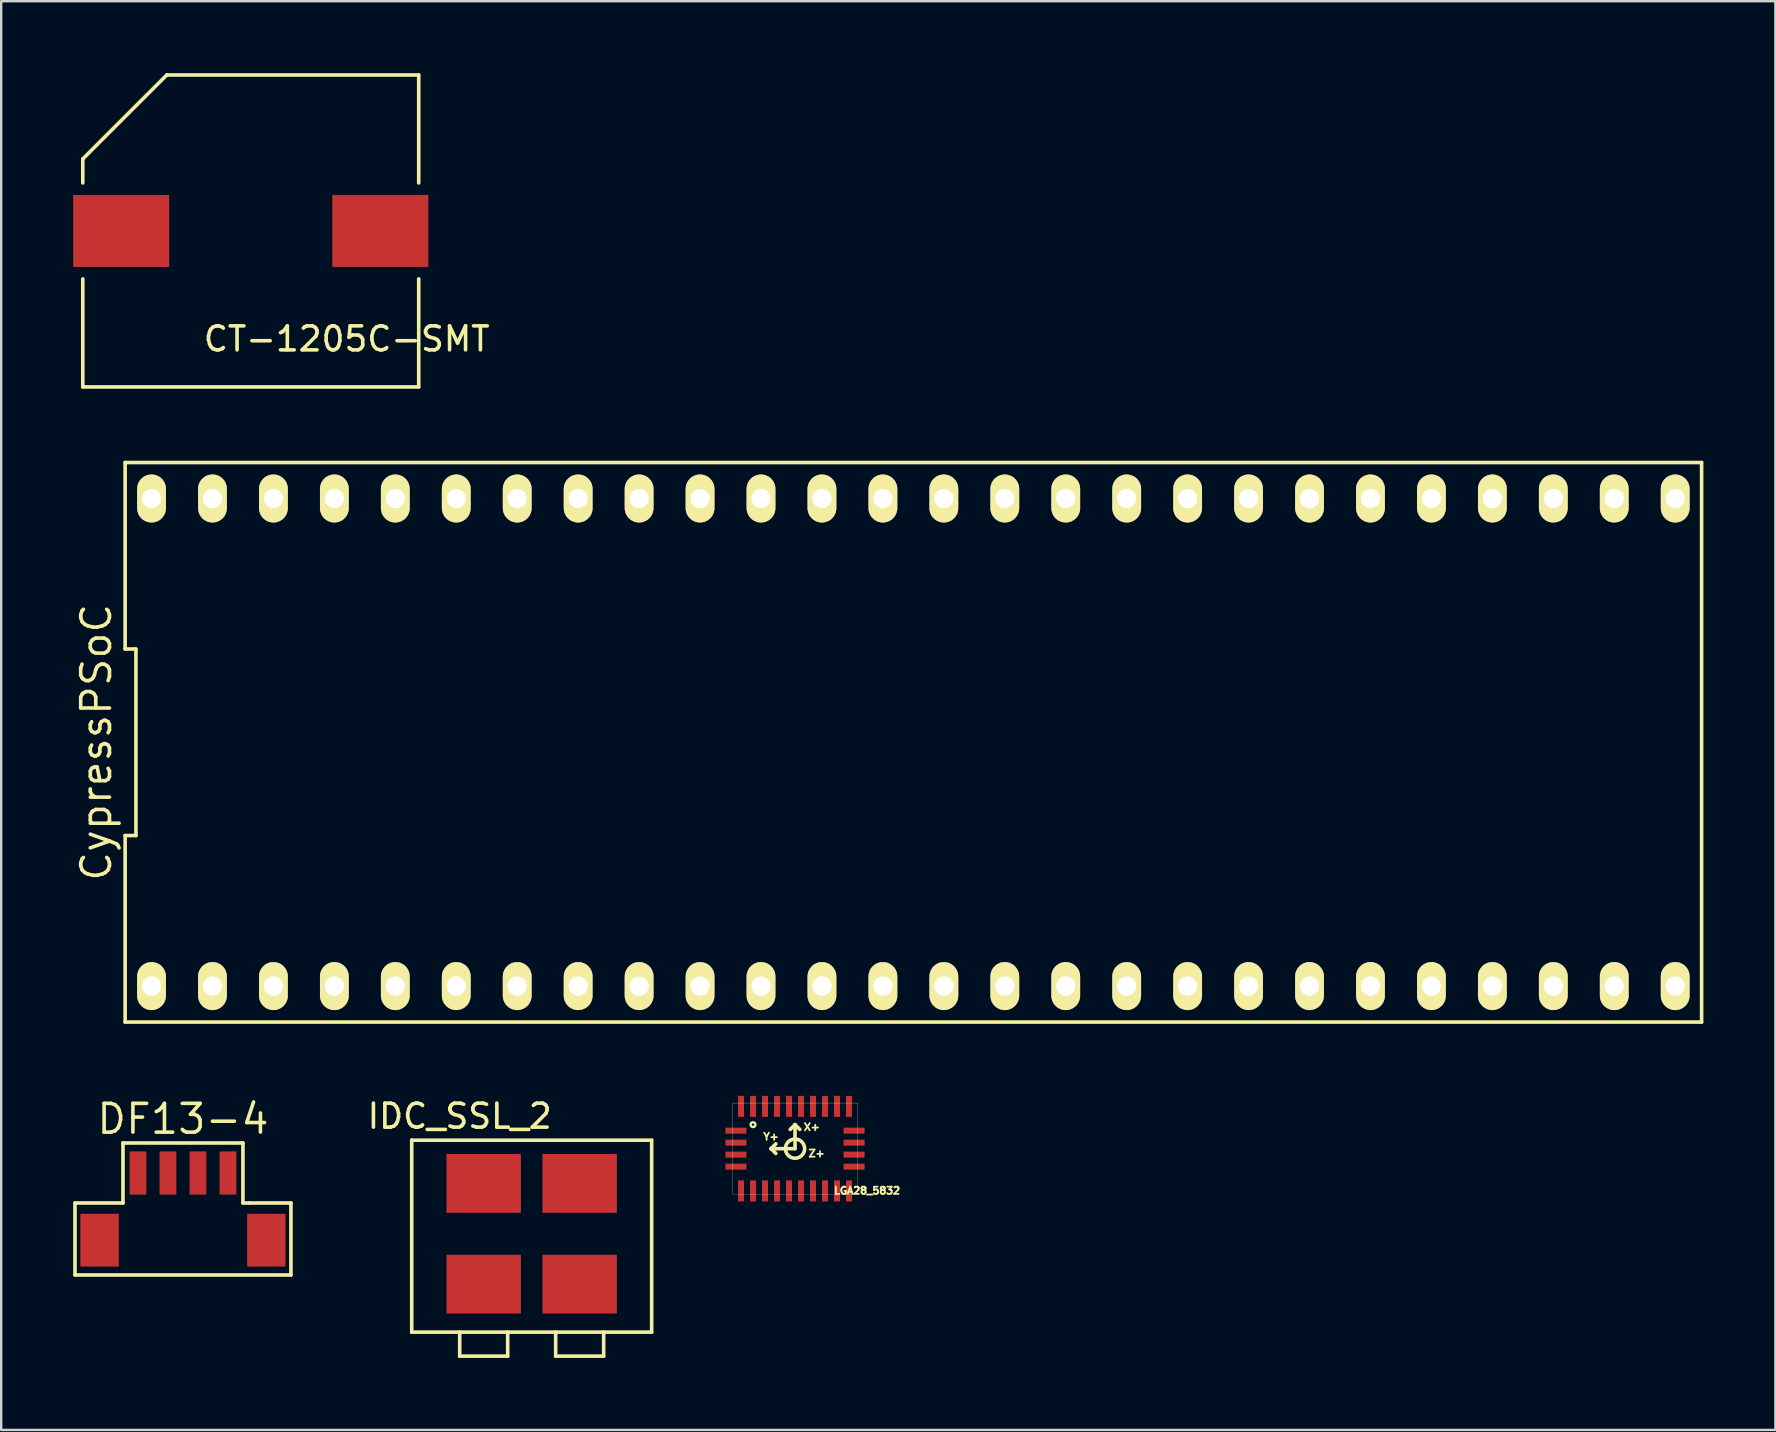
<source format=kicad_pcb>
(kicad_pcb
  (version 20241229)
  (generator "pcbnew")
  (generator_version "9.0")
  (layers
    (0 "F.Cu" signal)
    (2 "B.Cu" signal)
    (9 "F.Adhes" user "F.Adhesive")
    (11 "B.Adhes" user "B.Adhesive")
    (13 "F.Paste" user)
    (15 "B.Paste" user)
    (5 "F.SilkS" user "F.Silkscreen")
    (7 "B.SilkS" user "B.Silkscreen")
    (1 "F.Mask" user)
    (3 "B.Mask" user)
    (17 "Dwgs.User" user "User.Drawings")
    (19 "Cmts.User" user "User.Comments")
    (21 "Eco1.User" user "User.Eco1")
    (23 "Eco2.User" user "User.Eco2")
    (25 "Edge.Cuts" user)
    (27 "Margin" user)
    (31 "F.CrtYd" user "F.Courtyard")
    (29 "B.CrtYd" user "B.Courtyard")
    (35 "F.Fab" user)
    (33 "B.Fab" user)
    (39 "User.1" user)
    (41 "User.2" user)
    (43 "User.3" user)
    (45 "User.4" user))
  (footprint "LGA28_5832"
    (layer "F.Cu")
    (at 30.083 44.82)
    (property "Reference" "LGA28_5832" (at 3 1.75 0) (layer "F.SilkS") (effects (font (size 0.3 0.3) (thickness 0.075))))
    (attr through_hole)
    (fp_line (start -2.6 -1.9) (end 2.6 -1.9) (stroke (width 0.01) (type solid)) (layer "F.SilkS"))
    (fp_line (start -2.6 1.9) (end -2.6 -1.9) (stroke (width 0.01) (type solid)) (layer "F.SilkS"))
    (fp_line (start -1 0) (end -0.8 -0.2) (stroke (width 0.15) (type solid)) (layer "F.SilkS"))
    (fp_line (start -1 0) (end -0.8 0.2) (stroke (width 0.15) (type solid)) (layer "F.SilkS"))
    (fp_line (start 0 -1) (end -0.2 -0.8) (stroke (width 0.15) (type solid)) (layer "F.SilkS"))
    (fp_line (start 0 -1) (end 0.2 -0.8) (stroke (width 0.15) (type solid)) (layer "F.SilkS"))
    (fp_line (start 0 0) (end -1 0) (stroke (width 0.15) (type solid)) (layer "F.SilkS"))
    (fp_line (start 0 0) (end 0 -1) (stroke (width 0.15) (type solid)) (layer "F.SilkS"))
    (fp_line (start 2.6 -1.9) (end 2.6 1.9) (stroke (width 0.01) (type solid)) (layer "F.SilkS"))
    (fp_line (start 2.6 1.9) (end -2.6 1.9) (stroke (width 0.01) (type solid)) (layer "F.SilkS"))
    (fp_circle (center -1.75 -1) (end -1.75 -0.9) (stroke (width 0.1) (type solid)) (fill no) (layer "F.SilkS"))
    (fp_circle (center 0 0) (end 0.4 0) (stroke (width 0.15) (type solid)) (fill no) (layer "F.SilkS"))
    (fp_text user "Z+" (at 0.9 0.2 0) (layer "F.SilkS") (effects (font (size 0.3 0.3) (thickness 0.075))))
    (fp_text user "Y+" (at -1 -0.5 0) (layer "F.SilkS") (effects (font (size 0.3 0.3) (thickness 0.075))))
    (fp_text user "X+" (at 0.7 -0.9 0) (layer "F.SilkS") (effects (font (size 0.3 0.3) (thickness 0.075))))
    (pad "1" smd rect (at -2.25 -1.762) (size 0.25 0.875) (layers "F.Cu" "F.Mask" "F.Paste"))
    (pad "2" smd rect (at -2.462 -0.75) (size 0.875 0.25) (layers "F.Cu" "F.Mask" "F.Paste"))
    (pad "3" smd rect (at -2.462 -0.25) (size 0.875 0.25) (layers "F.Cu" "F.Mask" "F.Paste"))
    (pad "4" smd rect (at -2.462 0.25) (size 0.875 0.25) (layers "F.Cu" "F.Mask" "F.Paste"))
    (pad "5" smd rect (at -2.462 0.75) (size 0.875 0.25) (layers "F.Cu" "F.Mask" "F.Paste"))
    (pad "6" smd rect (at -2.25 1.762) (size 0.25 0.875) (layers "F.Cu" "F.Mask" "F.Paste"))
    (pad "7" smd rect (at -1.75 1.762) (size 0.25 0.875) (layers "F.Cu" "F.Mask" "F.Paste"))
    (pad "8" smd rect (at -1.25 1.762) (size 0.25 0.875) (layers "F.Cu" "F.Mask" "F.Paste"))
    (pad "9" smd rect (at -0.75 1.762) (size 0.25 0.875) (layers "F.Cu" "F.Mask" "F.Paste"))
    (pad "10" smd rect (at -0.25 1.762) (size 0.25 0.875) (layers "F.Cu" "F.Mask" "F.Paste"))
    (pad "11" smd rect (at 0.25 1.762) (size 0.25 0.875) (layers "F.Cu" "F.Mask" "F.Paste"))
    (pad "12" smd rect (at 0.75 1.762) (size 0.25 0.875) (layers "F.Cu" "F.Mask" "F.Paste"))
    (pad "13" smd rect (at 1.25 1.762) (size 0.25 0.875) (layers "F.Cu" "F.Mask" "F.Paste"))
    (pad "14" smd rect (at 1.75 1.762) (size 0.25 0.875) (layers "F.Cu" "F.Mask" "F.Paste"))
    (pad "15" smd rect (at 2.25 1.762) (size 0.25 0.875) (layers "F.Cu" "F.Mask" "F.Paste"))
    (pad "16" smd rect (at 2.462 0.75) (size 0.875 0.25) (layers "F.Cu" "F.Mask" "F.Paste"))
    (pad "17" smd rect (at 2.462 0.25) (size 0.875 0.25) (layers "F.Cu" "F.Mask" "F.Paste"))
    (pad "18" smd rect (at 2.462 -0.25) (size 0.875 0.25) (layers "F.Cu" "F.Mask" "F.Paste"))
    (pad "19" smd rect (at 2.462 -0.75) (size 0.875 0.25) (layers "F.Cu" "F.Mask" "F.Paste"))
    (pad "20" smd rect (at 2.25 -1.762) (size 0.25 0.875) (layers "F.Cu" "F.Mask" "F.Paste"))
    (pad "21" smd rect (at 1.75 -1.762) (size 0.25 0.875) (layers "F.Cu" "F.Mask" "F.Paste"))
    (pad "22" smd rect (at 1.25 -1.762) (size 0.25 0.875) (layers "F.Cu" "F.Mask" "F.Paste"))
    (pad "23" smd rect (at 0.75 -1.762) (size 0.25 0.875) (layers "F.Cu" "F.Mask" "F.Paste"))
    (pad "24" smd rect (at 0.25 -1.762) (size 0.25 0.875) (layers "F.Cu" "F.Mask" "F.Paste"))
    (pad "25" smd rect (at -0.25 -1.762) (size 0.25 0.875) (layers "F.Cu" "F.Mask" "F.Paste"))
    (pad "26" smd rect (at -0.75 -1.762) (size 0.25 0.875) (layers "F.Cu" "F.Mask" "F.Paste"))
    (pad "27" smd rect (at -1.25 -1.762) (size 0.25 0.875) (layers "F.Cu" "F.Mask" "F.Paste"))
    (pad "28" smd rect (at -1.75 -1.762) (size 0.25 0.875) (layers "F.Cu" "F.Mask" "F.Paste")))
  (footprint "IDC_SSL_2"
    (layer "F.Cu")
    (at 17.108 50.468)
    (property "Reference" "IDC_SSL_2" (at -1 -7 0) (layer "F.SilkS") (effects (font (size 1 1) (thickness 0.15))))
    (attr through_hole)
    (fp_line (start -3 -6) (end 7 -6) (stroke (width 0.15) (type solid)) (layer "F.SilkS"))
    (fp_line (start -3 2) (end -3 -6) (stroke (width 0.15) (type solid)) (layer "F.SilkS"))
    (fp_line (start -1 2) (end -1 3) (stroke (width 0.15) (type solid)) (layer "F.SilkS"))
    (fp_line (start -1 3) (end 1 3) (stroke (width 0.15) (type solid)) (layer "F.SilkS"))
    (fp_line (start 1 3) (end 1 2) (stroke (width 0.15) (type solid)) (layer "F.SilkS"))
    (fp_line (start 3 2) (end 3 3) (stroke (width 0.15) (type solid)) (layer "F.SilkS"))
    (fp_line (start 3 3) (end 5 3) (stroke (width 0.15) (type solid)) (layer "F.SilkS"))
    (fp_line (start 5 3) (end 5 2) (stroke (width 0.15) (type solid)) (layer "F.SilkS"))
    (fp_line (start 7 -6) (end 7 2) (stroke (width 0.15) (type solid)) (layer "F.SilkS"))
    (fp_line (start 7 2) (end -3 2) (stroke (width 0.15) (type solid)) (layer "F.SilkS"))
    (pad "1" smd rect (at 0 -4.2) (size 3.1 2.45) (layers "F.Cu" "F.Mask" "F.Paste"))
    (pad "1" smd rect (at 0 0) (size 3.1 2.45) (layers "F.Cu" "F.Mask" "F.Paste"))
    (pad "2" smd rect (at 4 -4.2) (size 3.1 2.45) (layers "F.Cu" "F.Mask" "F.Paste"))
    (pad "2" smd rect (at 4 0) (size 3.1 2.45) (layers "F.Cu" "F.Mask" "F.Paste")))
  (footprint "CypressPSoC"
    (layer "F.Cu")
    (at 35.015 27.885)
    (property "Reference" "CypressPSoC" (at -34.05 0 90) (layer "F.SilkS") (effects (font (size 1.2 1.2) (thickness 0.15))))
    (attr through_hole)
    (fp_line (start -32.85 -11.66) (end -32.85 -3.887) (stroke (width 0.15) (type solid)) (layer "F.SilkS"))
    (fp_line (start -32.85 -3.887) (end -32.4 -3.887) (stroke (width 0.15) (type solid)) (layer "F.SilkS"))
    (fp_line (start -32.85 3.887) (end -32.85 11.66) (stroke (width 0.15) (type solid)) (layer "F.SilkS"))
    (fp_line (start -32.85 11.66) (end 32.85 11.66) (stroke (width 0.15) (type solid)) (layer "F.SilkS"))
    (fp_line (start -32.4 -3.887) (end -32.4 3.887) (stroke (width 0.15) (type solid)) (layer "F.SilkS"))
    (fp_line (start -32.4 3.887) (end -32.85 3.887) (stroke (width 0.15) (type solid)) (layer "F.SilkS"))
    (fp_line (start 32.85 -11.66) (end -32.85 -11.66) (stroke (width 0.15) (type solid)) (layer "F.SilkS"))
    (fp_line (start 32.85 11.66) (end 32.85 -11.66) (stroke (width 0.15) (type solid)) (layer "F.SilkS"))
    (pad "1" thru_hole oval (at -31.75 10.16) (size 1.2 2) (drill 0.8) (layers "*.Cu" "*.Mask" "F.SilkS"))
    (pad "2" thru_hole oval (at -29.21 10.16) (size 1.2 2) (drill 0.8) (layers "*.Cu" "*.Mask" "F.SilkS"))
    (pad "3" thru_hole oval (at -26.67 10.16) (size 1.2 2) (drill 0.8) (layers "*.Cu" "*.Mask" "F.SilkS"))
    (pad "4" thru_hole oval (at -24.13 10.16) (size 1.2 2) (drill 0.8) (layers "*.Cu" "*.Mask" "F.SilkS"))
    (pad "5" thru_hole oval (at -21.59 10.16) (size 1.2 2) (drill 0.8) (layers "*.Cu" "*.Mask" "F.SilkS"))
    (pad "6" thru_hole oval (at -19.05 10.16) (size 1.2 2) (drill 0.8) (layers "*.Cu" "*.Mask" "F.SilkS"))
    (pad "7" thru_hole oval (at -16.51 10.16) (size 1.2 2) (drill 0.8) (layers "*.Cu" "*.Mask" "F.SilkS"))
    (pad "8" thru_hole oval (at -13.97 10.16) (size 1.2 2) (drill 0.8) (layers "*.Cu" "*.Mask" "F.SilkS"))
    (pad "9" thru_hole oval (at -11.43 10.16) (size 1.2 2) (drill 0.8) (layers "*.Cu" "*.Mask" "F.SilkS"))
    (pad "10" thru_hole oval (at -8.89 10.16) (size 1.2 2) (drill 0.8) (layers "*.Cu" "*.Mask" "F.SilkS"))
    (pad "11" thru_hole oval (at -6.35 10.16) (size 1.2 2) (drill 0.8) (layers "*.Cu" "*.Mask" "F.SilkS"))
    (pad "12" thru_hole oval (at -3.81 10.16) (size 1.2 2) (drill 0.8) (layers "*.Cu" "*.Mask" "F.SilkS"))
    (pad "13" thru_hole oval (at -1.27 10.16) (size 1.2 2) (drill 0.8) (layers "*.Cu" "*.Mask" "F.SilkS"))
    (pad "14" thru_hole oval (at 1.27 10.16) (size 1.2 2) (drill 0.8) (layers "*.Cu" "*.Mask" "F.SilkS"))
    (pad "15" thru_hole oval (at 3.81 10.16) (size 1.2 2) (drill 0.8) (layers "*.Cu" "*.Mask" "F.SilkS"))
    (pad "16" thru_hole oval (at 6.35 10.16) (size 1.2 2) (drill 0.8) (layers "*.Cu" "*.Mask" "F.SilkS"))
    (pad "17" thru_hole oval (at 8.89 10.16) (size 1.2 2) (drill 0.8) (layers "*.Cu" "*.Mask" "F.SilkS"))
    (pad "18" thru_hole oval (at 11.43 10.16) (size 1.2 2) (drill 0.8) (layers "*.Cu" "*.Mask" "F.SilkS"))
    (pad "19" thru_hole oval (at 13.97 10.16) (size 1.2 2) (drill 0.8) (layers "*.Cu" "*.Mask" "F.SilkS"))
    (pad "20" thru_hole oval (at 16.51 10.16) (size 1.2 2) (drill 0.8) (layers "*.Cu" "*.Mask" "F.SilkS"))
    (pad "21" thru_hole oval (at 19.05 10.16) (size 1.2 2) (drill 0.8) (layers "*.Cu" "*.Mask" "F.SilkS"))
    (pad "22" thru_hole oval (at 21.59 10.16) (size 1.2 2) (drill 0.8) (layers "*.Cu" "*.Mask" "F.SilkS"))
    (pad "23" thru_hole oval (at 24.13 10.16) (size 1.2 2) (drill 0.8) (layers "*.Cu" "*.Mask" "F.SilkS"))
    (pad "24" thru_hole oval (at 26.67 10.16) (size 1.2 2) (drill 0.8) (layers "*.Cu" "*.Mask" "F.SilkS"))
    (pad "25" thru_hole oval (at 29.21 10.16) (size 1.2 2) (drill 0.8) (layers "*.Cu" "*.Mask" "F.SilkS"))
    (pad "26" thru_hole oval (at 31.75 10.16) (size 1.2 2) (drill 0.8) (layers "*.Cu" "*.Mask" "F.SilkS"))
    (pad "27" thru_hole oval (at 31.75 -10.16) (size 1.2 2) (drill 0.8) (layers "*.Cu" "*.Mask" "F.SilkS"))
    (pad "28" thru_hole oval (at 29.21 -10.16) (size 1.2 2) (drill 0.8) (layers "*.Cu" "*.Mask" "F.SilkS"))
    (pad "29" thru_hole oval (at 26.67 -10.16) (size 1.2 2) (drill 0.8) (layers "*.Cu" "*.Mask" "F.SilkS"))
    (pad "30" thru_hole oval (at 24.13 -10.16) (size 1.2 2) (drill 0.8) (layers "*.Cu" "*.Mask" "F.SilkS"))
    (pad "31" thru_hole oval (at 21.59 -10.16) (size 1.2 2) (drill 0.8) (layers "*.Cu" "*.Mask" "F.SilkS"))
    (pad "32" thru_hole oval (at 19.05 -10.16) (size 1.2 2) (drill 0.8) (layers "*.Cu" "*.Mask" "F.SilkS"))
    (pad "33" thru_hole oval (at 16.51 -10.16) (size 1.2 2) (drill 0.8) (layers "*.Cu" "*.Mask" "F.SilkS"))
    (pad "34" thru_hole oval (at 13.97 -10.16) (size 1.2 2) (drill 0.8) (layers "*.Cu" "*.Mask" "F.SilkS"))
    (pad "35" thru_hole oval (at 11.43 -10.16) (size 1.2 2) (drill 0.8) (layers "*.Cu" "*.Mask" "F.SilkS"))
    (pad "36" thru_hole oval (at 8.89 -10.16) (size 1.2 2) (drill 0.8) (layers "*.Cu" "*.Mask" "F.SilkS"))
    (pad "37" thru_hole oval (at 6.35 -10.16) (size 1.2 2) (drill 0.8) (layers "*.Cu" "*.Mask" "F.SilkS"))
    (pad "38" thru_hole oval (at 3.81 -10.16) (size 1.2 2) (drill 0.8) (layers "*.Cu" "*.Mask" "F.SilkS"))
    (pad "39" thru_hole oval (at 1.27 -10.16) (size 1.2 2) (drill 0.8) (layers "*.Cu" "*.Mask" "F.SilkS"))
    (pad "40" thru_hole oval (at -1.27 -10.16) (size 1.2 2) (drill 0.8) (layers "*.Cu" "*.Mask" "F.SilkS"))
    (pad "41" thru_hole oval (at -3.81 -10.16) (size 1.2 2) (drill 0.8) (layers "*.Cu" "*.Mask" "F.SilkS"))
    (pad "42" thru_hole oval (at -6.35 -10.16) (size 1.2 2) (drill 0.8) (layers "*.Cu" "*.Mask" "F.SilkS"))
    (pad "43" thru_hole oval (at -8.89 -10.16) (size 1.2 2) (drill 0.8) (layers "*.Cu" "*.Mask" "F.SilkS"))
    (pad "44" thru_hole oval (at -11.43 -10.16) (size 1.2 2) (drill 0.8) (layers "*.Cu" "*.Mask" "F.SilkS"))
    (pad "45" thru_hole oval (at -13.97 -10.16) (size 1.2 2) (drill 0.8) (layers "*.Cu" "*.Mask" "F.SilkS"))
    (pad "46" thru_hole oval (at -16.51 -10.16) (size 1.2 2) (drill 0.8) (layers "*.Cu" "*.Mask" "F.SilkS"))
    (pad "47" thru_hole oval (at -19.05 -10.16) (size 1.2 2) (drill 0.8) (layers "*.Cu" "*.Mask" "F.SilkS"))
    (pad "48" thru_hole oval (at -21.59 -10.16) (size 1.2 2) (drill 0.8) (layers "*.Cu" "*.Mask" "F.SilkS"))
    (pad "49" thru_hole oval (at -24.13 -10.16) (size 1.2 2) (drill 0.8) (layers "*.Cu" "*.Mask" "F.SilkS"))
    (pad "50" thru_hole oval (at -26.67 -10.16) (size 1.2 2) (drill 0.8) (layers "*.Cu" "*.Mask" "F.SilkS"))
    (pad "51" thru_hole oval (at -29.21 -10.16) (size 1.2 2) (drill 0.8) (layers "*.Cu" "*.Mask" "F.SilkS"))
    (pad "52" thru_hole oval (at -31.75 -10.16) (size 1.2 2) (drill 0.8) (layers "*.Cu" "*.Mask" "F.SilkS")))
  (footprint "CT-1205C-SMT"
    (layer "F.Cu")
    (at 7.396 6.533)
    (property "Reference" "CT-1205C-SMT" (at 4.004 4.542 180) (layer "F.SilkS") (effects (font (size 1 1) (thickness 0.15))))
    (attr through_hole)
    (fp_line (start -6.996 -2.958) (end -6.996 -1.958) (stroke (width 0.15) (type solid)) (layer "F.SilkS"))
    (fp_line (start -6.996 6.542) (end -6.996 2.042) (stroke (width 0.15) (type solid)) (layer "F.SilkS"))
    (fp_line (start -3.496 -6.458) (end -6.996 -2.958) (stroke (width 0.15) (type solid)) (layer "F.SilkS"))
    (fp_line (start 7.004 -6.458) (end -3.496 -6.458) (stroke (width 0.15) (type solid)) (layer "F.SilkS"))
    (fp_line (start 7.004 -1.958) (end 7.004 -6.458) (stroke (width 0.15) (type solid)) (layer "F.SilkS"))
    (fp_line (start 7.004 2.042) (end 7.004 6.542) (stroke (width 0.15) (type solid)) (layer "F.SilkS"))
    (fp_line (start 7.004 6.542) (end -6.996 6.542) (stroke (width 0.15) (type solid)) (layer "F.SilkS"))
    (pad "1" smd rect (at -5.396 0.042 180) (size 4 3) (layers "F.Cu" "F.Mask" "F.Paste"))
    (pad "2" smd rect (at 5.404 0.042 180) (size 4 3) (layers "F.Cu" "F.Mask" "F.Paste")))
  (footprint "DF13-4"
    (layer "F.Cu")
    (at 4.575 45.835)
    (property "Reference" "DF13-4" (at 0 -2.25 0) (layer "F.SilkS") (effects (font (size 1.2 1.2) (thickness 0.15))))
    (attr through_hole)
    (fp_line (start -4.5 1.25) (end -4.5 4.25) (stroke (width 0.15) (type solid)) (layer "F.SilkS"))
    (fp_line (start -4.5 4.25) (end 4.5 4.25) (stroke (width 0.15) (type solid)) (layer "F.SilkS"))
    (fp_line (start -2.5 -1.25) (end -2.5 1.25) (stroke (width 0.15) (type solid)) (layer "F.SilkS"))
    (fp_line (start -2.5 1.25) (end -4.5 1.25) (stroke (width 0.15) (type solid)) (layer "F.SilkS"))
    (fp_line (start 2.5 -1.25) (end -2.5 -1.25) (stroke (width 0.15) (type solid)) (layer "F.SilkS"))
    (fp_line (start 2.5 1.25) (end 2.5 -1.25) (stroke (width 0.15) (type solid)) (layer "F.SilkS"))
    (fp_line (start 2.75 1.25) (end 2.5 1.25) (stroke (width 0.15) (type solid)) (layer "F.SilkS"))
    (fp_line (start 4.5 1.25) (end 2.75 1.25) (stroke (width 0.15) (type solid)) (layer "F.SilkS"))
    (fp_line (start 4.5 4.25) (end 4.5 1.25) (stroke (width 0.15) (type solid)) (layer "F.SilkS"))
    (pad "0" smd rect (at -3.475 2.8) (size 1.6 2.2) (layers "F.Cu" "F.Mask" "F.Paste"))
    (pad "0" smd rect (at 3.475 2.8) (size 1.6 2.2) (layers "F.Cu" "F.Mask" "F.Paste"))
    (pad "1" smd rect (at -1.875 0) (size 0.7 1.8) (layers "F.Cu" "F.Mask" "F.Paste"))
    (pad "2" smd rect (at -0.625 0) (size 0.7 1.8) (layers "F.Cu" "F.Mask" "F.Paste"))
    (pad "3" smd rect (at 0.625 0) (size 0.7 1.8) (layers "F.Cu" "F.Mask" "F.Paste"))
    (pad "4" smd rect (at 1.875 0) (size 0.7 1.8) (layers "F.Cu" "F.Mask" "F.Paste")))
  (gr_rect
    (start -3 -3)
    (end 70.94 56.543)
    (stroke (width 0.1) (type default))
    (fill no)
    (layer "Edge.Cuts")))
</source>
